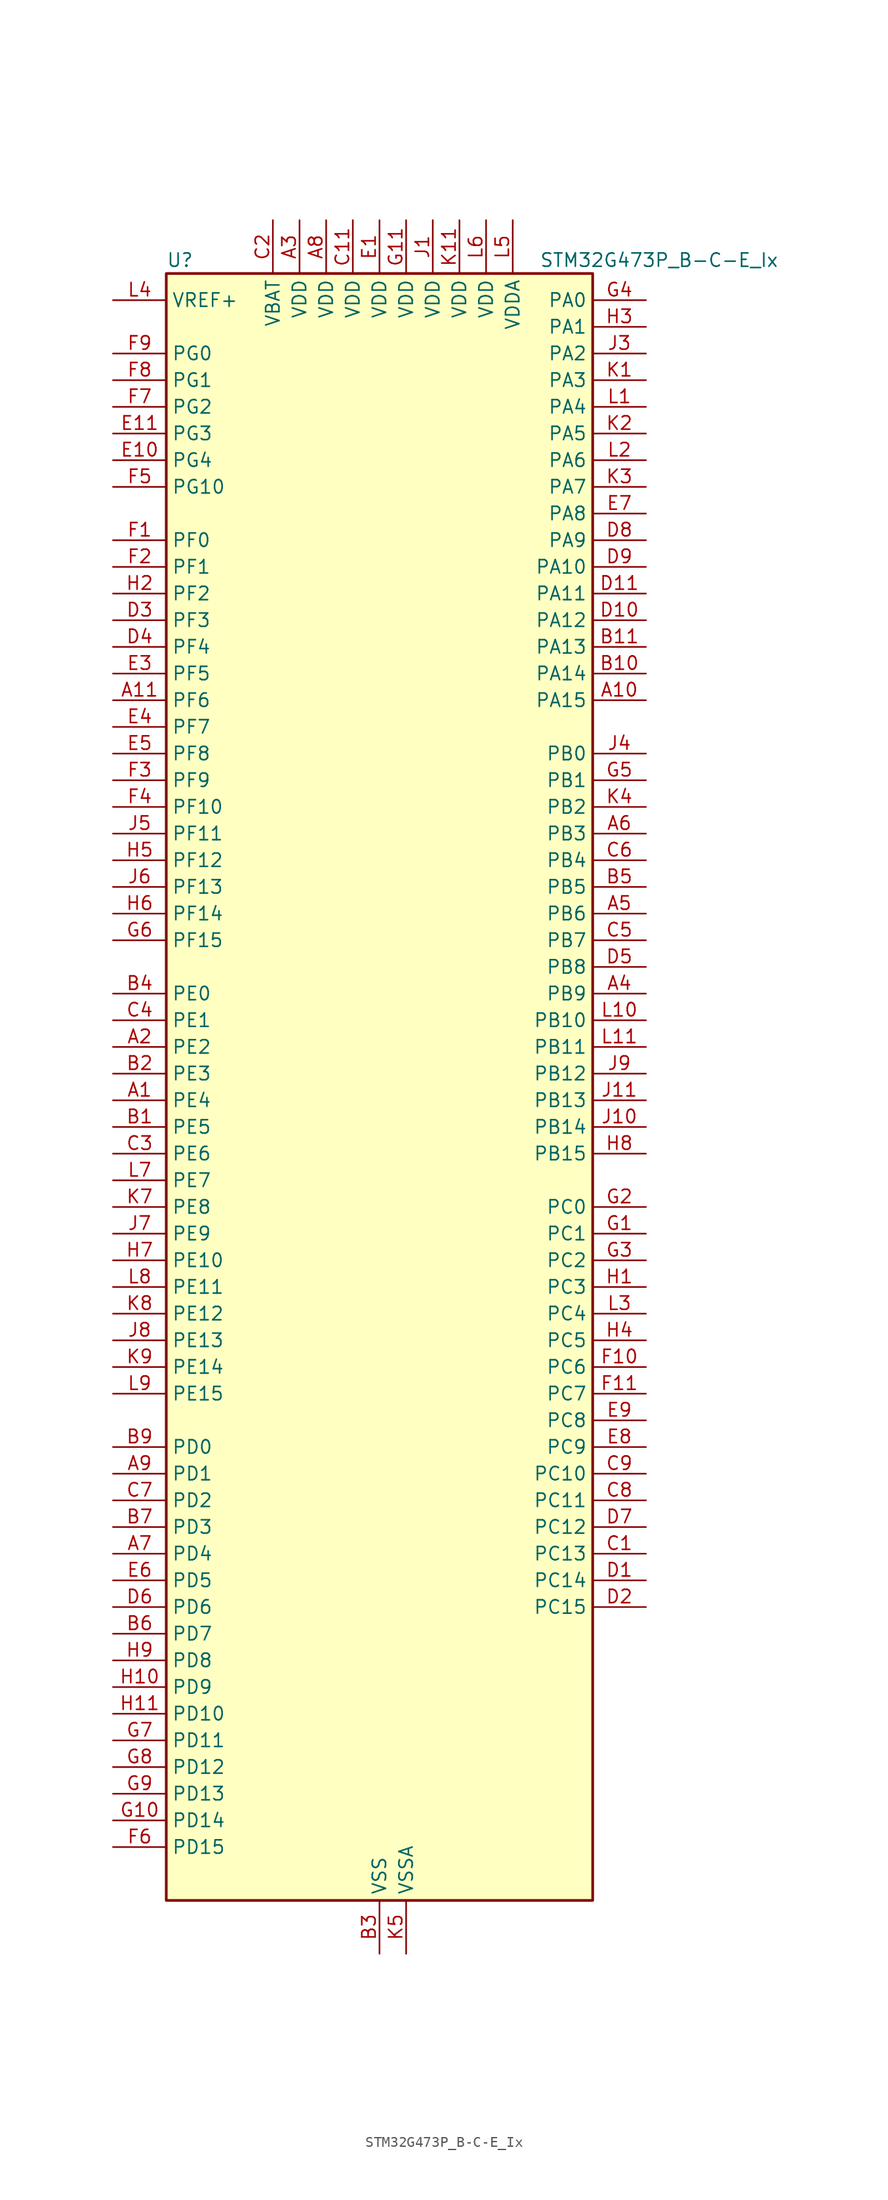
<source format=kicad_sym>
(kicad_symbol_lib
  (version 20231120)
  (generator "kicad_symbol_editor")
  (generator_version "8.0")
  (symbol "STM32G473P_B-C-E_Ix"
    (property "Reference" "U"
      (at -20.32 80.01 0)
      (effects (font (size 1.27 1.27)) (justify left)))
    (property "Value" "STM32G473P_B-C-E_Ix"
      (at 15.24 80.01 0)
      (effects (font (size 1.27 1.27)) (justify left)))
    (property "ki_locked" ""
      (at 0 0 0)
      (effects (font (size 1.27 1.27))))
    (symbol "STM32G473P_B-C-E_Ix_0_1"
      (rectangle (start -20.32 -76.2) (end 20.32 78.74) (stroke (width 0.254) (type default)) (fill (type background))))
    (symbol "STM32G473P_B-C-E_Ix_1_1"
      (pin bidirectional line (at -25.4 0 0) (length 5.08) (name "PE4" (effects (font (size 1.27 1.27)))) (number "A1" (effects (font (size 1.27 1.27)))) (alternate "FMC_A20" bidirectional line) (alternate "SAI1_D2" bidirectional line) (alternate "SAI1_FS_A" bidirectional line) (alternate "SPI4_NSS" bidirectional line) (alternate "SYS_TRACED1" bidirectional line) (alternate "TIM20_CH1N" bidirectional line) (alternate "TIM3_CH3" bidirectional line))
      (pin bidirectional line (at 25.4 38.1 180) (length 5.08) (name "PA15" (effects (font (size 1.27 1.27)))) (number "A10" (effects (font (size 1.27 1.27)))) (alternate "ADC1_EXTI15" bidirectional line) (alternate "ADC2_EXTI15" bidirectional line) (alternate "FDCAN3_TX" bidirectional line) (alternate "I2C1_SCL" bidirectional line) (alternate "I2S3_WS" bidirectional line) (alternate "SPI1_NSS" bidirectional line) (alternate "SPI3_NSS" bidirectional line) (alternate "SYS_JTDI" bidirectional line) (alternate "TIM1_BKIN" bidirectional line) (alternate "TIM2_CH1" bidirectional line) (alternate "TIM2_ETR" bidirectional line) (alternate "TIM8_CH1" bidirectional line) (alternate "UART4_DE" bidirectional line) (alternate "UART4_RTS" bidirectional line) (alternate "USART2_RX" bidirectional line))
      (pin bidirectional line (at -25.4 38.1 0) (length 5.08) (name "PF6" (effects (font (size 1.27 1.27)))) (number "A11" (effects (font (size 1.27 1.27)))) (alternate "I2C2_SCL" bidirectional line) (alternate "QUADSPI1_BK1_IO3" bidirectional line) (alternate "SAI1_SD_B" bidirectional line) (alternate "TIM4_CH4" bidirectional line) (alternate "TIM5_CH1" bidirectional line) (alternate "TIM5_ETR" bidirectional line) (alternate "USART3_RTS" bidirectional line))
      (pin bidirectional line (at -25.4 5.08 0) (length 5.08) (name "PE2" (effects (font (size 1.27 1.27)))) (number "A2" (effects (font (size 1.27 1.27)))) (alternate "ADC3_EXTI2" bidirectional line) (alternate "ADC4_EXTI2" bidirectional line) (alternate "ADC5_EXTI2" bidirectional line) (alternate "FMC_A23" bidirectional line) (alternate "SAI1_CK1" bidirectional line) (alternate "SAI1_MCLK_A" bidirectional line) (alternate "SPI4_SCK" bidirectional line) (alternate "SYS_TRACECLK" bidirectional line) (alternate "TIM20_CH1" bidirectional line) (alternate "TIM3_CH1" bidirectional line))
      (pin power_in line (at -7.62 83.82 270) (length 5.08) (name "VDD" (effects (font (size 1.27 1.27)))) (number "A3" (effects (font (size 1.27 1.27)))))
      (pin bidirectional line (at 25.4 10.16 180) (length 5.08) (name "PB9" (effects (font (size 1.27 1.27)))) (number "A4" (effects (font (size 1.27 1.27)))) (alternate "COMP2_OUT" bidirectional line) (alternate "DAC1_EXTI9" bidirectional line) (alternate "DAC2_EXTI9" bidirectional line) (alternate "DAC3_EXTI9" bidirectional line) (alternate "DAC4_EXTI9" bidirectional line) (alternate "FDCAN1_TX" bidirectional line) (alternate "I2C1_SDA" bidirectional line) (alternate "IR_OUT" bidirectional line) (alternate "SAI1_D2" bidirectional line) (alternate "SAI1_FS_A" bidirectional line) (alternate "TIM17_CH1" bidirectional line) (alternate "TIM1_CH3N" bidirectional line) (alternate "TIM4_CH4" bidirectional line) (alternate "TIM8_CH3" bidirectional line) (alternate "USART3_TX" bidirectional line))
      (pin bidirectional line (at 25.4 17.78 180) (length 5.08) (name "PB6" (effects (font (size 1.27 1.27)))) (number "A5" (effects (font (size 1.27 1.27)))) (alternate "COMP4_OUT" bidirectional line) (alternate "FDCAN2_TX" bidirectional line) (alternate "LPTIM1_ETR" bidirectional line) (alternate "SAI1_FS_B" bidirectional line) (alternate "TIM16_CH1N" bidirectional line) (alternate "TIM4_CH1" bidirectional line) (alternate "TIM8_BKIN2" bidirectional line) (alternate "TIM8_CH1" bidirectional line) (alternate "TIM8_ETR" bidirectional line) (alternate "UCPD1_CC1" bidirectional line) (alternate "USART1_TX" bidirectional line))
      (pin bidirectional line (at 25.4 25.4 180) (length 5.08) (name "PB3" (effects (font (size 1.27 1.27)))) (number "A6" (effects (font (size 1.27 1.27)))) (alternate "ADC3_EXTI3" bidirectional line) (alternate "ADC4_EXTI3" bidirectional line) (alternate "ADC5_EXTI3" bidirectional line) (alternate "CRS_SYNC" bidirectional line) (alternate "FDCAN3_RX" bidirectional line) (alternate "I2S3_CK" bidirectional line) (alternate "SAI1_SCK_B" bidirectional line) (alternate "SPI1_SCK" bidirectional line) (alternate "SPI3_SCK" bidirectional line) (alternate "SYS_JTDO-SWO" bidirectional line) (alternate "TIM2_CH2" bidirectional line) (alternate "TIM3_ETR" bidirectional line) (alternate "TIM4_ETR" bidirectional line) (alternate "TIM8_CH1N" bidirectional line) (alternate "USART2_TX" bidirectional line))
      (pin bidirectional line (at -25.4 -43.18 0) (length 5.08) (name "PD4" (effects (font (size 1.27 1.27)))) (number "A7" (effects (font (size 1.27 1.27)))) (alternate "FMC_NOE" bidirectional line) (alternate "QUADSPI1_BK2_IO0" bidirectional line) (alternate "TIM2_CH2" bidirectional line) (alternate "USART2_DE" bidirectional line) (alternate "USART2_RTS" bidirectional line))
      (pin power_in line (at -5.08 83.82 270) (length 5.08) (name "VDD" (effects (font (size 1.27 1.27)))) (number "A8" (effects (font (size 1.27 1.27)))))
      (pin bidirectional line (at -25.4 -35.56 0) (length 5.08) (name "PD1" (effects (font (size 1.27 1.27)))) (number "A9" (effects (font (size 1.27 1.27)))) (alternate "FDCAN1_TX" bidirectional line) (alternate "FMC_D3" bidirectional line) (alternate "FMC_DA3" bidirectional line) (alternate "TIM8_BKIN2" bidirectional line) (alternate "TIM8_CH4" bidirectional line))
      (pin bidirectional line (at -25.4 -2.54 0) (length 5.08) (name "PE5" (effects (font (size 1.27 1.27)))) (number "B1" (effects (font (size 1.27 1.27)))) (alternate "FMC_A21" bidirectional line) (alternate "SAI1_CK2" bidirectional line) (alternate "SAI1_SCK_A" bidirectional line) (alternate "SPI4_MISO" bidirectional line) (alternate "SYS_TRACED2" bidirectional line) (alternate "TIM20_CH2N" bidirectional line) (alternate "TIM3_CH4" bidirectional line))
      (pin bidirectional line (at 25.4 40.64 180) (length 5.08) (name "PA14" (effects (font (size 1.27 1.27)))) (number "B10" (effects (font (size 1.27 1.27)))) (alternate "I2C1_SDA" bidirectional line) (alternate "I2C4_SMBA" bidirectional line) (alternate "LPTIM1_OUT" bidirectional line) (alternate "SAI1_FS_B" bidirectional line) (alternate "SYS_JTCK-SWCLK" bidirectional line) (alternate "TIM1_BKIN" bidirectional line) (alternate "TIM8_CH2" bidirectional line) (alternate "USART2_TX" bidirectional line))
      (pin bidirectional line (at 25.4 43.18 180) (length 5.08) (name "PA13" (effects (font (size 1.27 1.27)))) (number "B11" (effects (font (size 1.27 1.27)))) (alternate "I2C1_SCL" bidirectional line) (alternate "I2C4_SCL" bidirectional line) (alternate "IR_OUT" bidirectional line) (alternate "SAI1_SD_B" bidirectional line) (alternate "SYS_JTMS-SWDIO" bidirectional line) (alternate "TIM16_CH1N" bidirectional line) (alternate "TIM4_CH3" bidirectional line) (alternate "USART3_CTS" bidirectional line) (alternate "USART3_NSS" bidirectional line))
      (pin bidirectional line (at -25.4 2.54 0) (length 5.08) (name "PE3" (effects (font (size 1.27 1.27)))) (number "B2" (effects (font (size 1.27 1.27)))) (alternate "ADC3_EXTI3" bidirectional line) (alternate "ADC4_EXTI3" bidirectional line) (alternate "ADC5_EXTI3" bidirectional line) (alternate "FMC_A19" bidirectional line) (alternate "SAI1_SD_B" bidirectional line) (alternate "SPI4_NSS" bidirectional line) (alternate "SYS_TRACED0" bidirectional line) (alternate "TIM20_CH2" bidirectional line) (alternate "TIM3_CH2" bidirectional line))
      (pin power_in line (at 0 -81.28 90) (length 5.08) (name "VSS" (effects (font (size 1.27 1.27)))) (number "B3" (effects (font (size 1.27 1.27)))))
      (pin bidirectional line (at -25.4 10.16 0) (length 5.08) (name "PE0" (effects (font (size 1.27 1.27)))) (number "B4" (effects (font (size 1.27 1.27)))) (alternate "FMC_NBL0" bidirectional line) (alternate "TIM16_CH1" bidirectional line) (alternate "TIM20_CH4N" bidirectional line) (alternate "TIM20_ETR" bidirectional line) (alternate "TIM4_ETR" bidirectional line) (alternate "USART1_TX" bidirectional line))
      (pin bidirectional line (at 25.4 20.32 180) (length 5.08) (name "PB5" (effects (font (size 1.27 1.27)))) (number "B5" (effects (font (size 1.27 1.27)))) (alternate "FDCAN2_RX" bidirectional line) (alternate "I2C1_SMBA" bidirectional line) (alternate "I2C3_SDA" bidirectional line) (alternate "I2S3_SD" bidirectional line) (alternate "LPTIM1_IN1" bidirectional line) (alternate "SAI1_SD_B" bidirectional line) (alternate "SPI1_MOSI" bidirectional line) (alternate "SPI3_MOSI" bidirectional line) (alternate "TIM16_BKIN" bidirectional line) (alternate "TIM17_CH1" bidirectional line) (alternate "TIM3_CH2" bidirectional line) (alternate "TIM8_CH3N" bidirectional line) (alternate "UART5_CTS" bidirectional line) (alternate "USART2_CK" bidirectional line))
      (pin bidirectional line (at -25.4 -50.8 0) (length 5.08) (name "PD7" (effects (font (size 1.27 1.27)))) (number "B6" (effects (font (size 1.27 1.27)))) (alternate "FMC_NCE" bidirectional line) (alternate "FMC_NE1" bidirectional line) (alternate "QUADSPI1_BK2_IO3" bidirectional line) (alternate "TIM2_CH3" bidirectional line) (alternate "USART2_CK" bidirectional line))
      (pin bidirectional line (at -25.4 -40.64 0) (length 5.08) (name "PD3" (effects (font (size 1.27 1.27)))) (number "B7" (effects (font (size 1.27 1.27)))) (alternate "ADC3_EXTI3" bidirectional line) (alternate "ADC4_EXTI3" bidirectional line) (alternate "ADC5_EXTI3" bidirectional line) (alternate "FMC_CLK" bidirectional line) (alternate "QUADSPI1_BK2_NCS" bidirectional line) (alternate "TIM2_CH1" bidirectional line) (alternate "TIM2_ETR" bidirectional line) (alternate "USART2_CTS" bidirectional line) (alternate "USART2_NSS" bidirectional line))
      (pin passive line (at 0 -81.28 90) (length 5.08) hide (name "VSS" (effects (font (size 1.27 1.27)))) (number "B8" (effects (font (size 1.27 1.27)))))
      (pin bidirectional line (at -25.4 -33.02 0) (length 5.08) (name "PD0" (effects (font (size 1.27 1.27)))) (number "B9" (effects (font (size 1.27 1.27)))) (alternate "FDCAN1_RX" bidirectional line) (alternate "FMC_D2" bidirectional line) (alternate "FMC_DA2" bidirectional line) (alternate "TIM8_CH4N" bidirectional line))
      (pin bidirectional line (at 25.4 -43.18 180) (length 5.08) (name "PC13" (effects (font (size 1.27 1.27)))) (number "C1" (effects (font (size 1.27 1.27)))) (alternate "RTC_OUT1" bidirectional line) (alternate "RTC_TAMP1" bidirectional line) (alternate "RTC_TS" bidirectional line) (alternate "SYS_WKUP2" bidirectional line) (alternate "TIM1_BKIN" bidirectional line) (alternate "TIM1_CH1N" bidirectional line) (alternate "TIM8_CH4N" bidirectional line))
      (pin passive line (at 0 -81.28 90) (length 5.08) hide (name "VSS" (effects (font (size 1.27 1.27)))) (number "C10" (effects (font (size 1.27 1.27)))))
      (pin power_in line (at -2.54 83.82 270) (length 5.08) (name "VDD" (effects (font (size 1.27 1.27)))) (number "C11" (effects (font (size 1.27 1.27)))))
      (pin power_in line (at -10.16 83.82 270) (length 5.08) (name "VBAT" (effects (font (size 1.27 1.27)))) (number "C2" (effects (font (size 1.27 1.27)))))
      (pin bidirectional line (at -25.4 -5.08 0) (length 5.08) (name "PE6" (effects (font (size 1.27 1.27)))) (number "C3" (effects (font (size 1.27 1.27)))) (alternate "FMC_A22" bidirectional line) (alternate "RTC_TAMP3" bidirectional line) (alternate "SAI1_D1" bidirectional line) (alternate "SAI1_SD_A" bidirectional line) (alternate "SPI4_MOSI" bidirectional line) (alternate "SYS_TRACED3" bidirectional line) (alternate "SYS_WKUP3" bidirectional line) (alternate "TIM20_CH3N" bidirectional line))
      (pin bidirectional line (at -25.4 7.62 0) (length 5.08) (name "PE1" (effects (font (size 1.27 1.27)))) (number "C4" (effects (font (size 1.27 1.27)))) (alternate "FMC_NBL1" bidirectional line) (alternate "TIM17_CH1" bidirectional line) (alternate "TIM20_CH4" bidirectional line) (alternate "USART1_RX" bidirectional line))
      (pin bidirectional line (at 25.4 15.24 180) (length 5.08) (name "PB7" (effects (font (size 1.27 1.27)))) (number "C5" (effects (font (size 1.27 1.27)))) (alternate "COMP3_OUT" bidirectional line) (alternate "FMC_NL" bidirectional line) (alternate "I2C1_SDA" bidirectional line) (alternate "I2C4_SDA" bidirectional line) (alternate "LPTIM1_IN2" bidirectional line) (alternate "SYS_PVD_IN" bidirectional line) (alternate "TIM17_CH1N" bidirectional line) (alternate "TIM3_CH4" bidirectional line) (alternate "TIM4_CH2" bidirectional line) (alternate "TIM8_BKIN" bidirectional line) (alternate "UART4_CTS" bidirectional line) (alternate "USART1_RX" bidirectional line))
      (pin bidirectional line (at 25.4 22.86 180) (length 5.08) (name "PB4" (effects (font (size 1.27 1.27)))) (number "C6" (effects (font (size 1.27 1.27)))) (alternate "FDCAN3_TX" bidirectional line) (alternate "SAI1_MCLK_B" bidirectional line) (alternate "SPI1_MISO" bidirectional line) (alternate "SPI3_MISO" bidirectional line) (alternate "SYS_JTRST" bidirectional line) (alternate "TIM16_CH1" bidirectional line) (alternate "TIM17_BKIN" bidirectional line) (alternate "TIM3_CH1" bidirectional line) (alternate "TIM8_CH2N" bidirectional line) (alternate "UART5_DE" bidirectional line) (alternate "UART5_RTS" bidirectional line) (alternate "UCPD1_CC2" bidirectional line) (alternate "USART2_RX" bidirectional line))
      (pin bidirectional line (at -25.4 -38.1 0) (length 5.08) (name "PD2" (effects (font (size 1.27 1.27)))) (number "C7" (effects (font (size 1.27 1.27)))) (alternate "ADC3_EXTI2" bidirectional line) (alternate "ADC4_EXTI2" bidirectional line) (alternate "ADC5_EXTI2" bidirectional line) (alternate "TIM3_ETR" bidirectional line) (alternate "TIM8_BKIN" bidirectional line) (alternate "UART5_RX" bidirectional line))
      (pin bidirectional line (at 25.4 -38.1 180) (length 5.08) (name "PC11" (effects (font (size 1.27 1.27)))) (number "C8" (effects (font (size 1.27 1.27)))) (alternate "ADC1_EXTI11" bidirectional line) (alternate "ADC2_EXTI11" bidirectional line) (alternate "I2C3_SDA" bidirectional line) (alternate "SPI3_MISO" bidirectional line) (alternate "TIM8_CH2N" bidirectional line) (alternate "UART4_RX" bidirectional line) (alternate "USART3_RX" bidirectional line))
      (pin bidirectional line (at 25.4 -35.56 180) (length 5.08) (name "PC10" (effects (font (size 1.27 1.27)))) (number "C9" (effects (font (size 1.27 1.27)))) (alternate "DAC1_EXTI10" bidirectional line) (alternate "DAC2_EXTI10" bidirectional line) (alternate "DAC3_EXTI10" bidirectional line) (alternate "DAC4_EXTI10" bidirectional line) (alternate "I2S3_CK" bidirectional line) (alternate "SPI3_SCK" bidirectional line) (alternate "TIM8_CH1N" bidirectional line) (alternate "UART4_TX" bidirectional line) (alternate "USART3_TX" bidirectional line))
      (pin bidirectional line (at 25.4 -45.72 180) (length 5.08) (name "PC14" (effects (font (size 1.27 1.27)))) (number "D1" (effects (font (size 1.27 1.27)))) (alternate "RCC_OSC32_IN" bidirectional line))
      (pin bidirectional line (at 25.4 45.72 180) (length 5.08) (name "PA12" (effects (font (size 1.27 1.27)))) (number "D10" (effects (font (size 1.27 1.27)))) (alternate "COMP2_OUT" bidirectional line) (alternate "FDCAN1_TX" bidirectional line) (alternate "I2S_CKIN" bidirectional line) (alternate "TIM16_CH1" bidirectional line) (alternate "TIM1_CH2N" bidirectional line) (alternate "TIM1_ETR" bidirectional line) (alternate "TIM4_CH2" bidirectional line) (alternate "USART1_DE" bidirectional line) (alternate "USART1_RTS" bidirectional line) (alternate "USB_DP" bidirectional line))
      (pin bidirectional line (at 25.4 48.26 180) (length 5.08) (name "PA11" (effects (font (size 1.27 1.27)))) (number "D11" (effects (font (size 1.27 1.27)))) (alternate "ADC1_EXTI11" bidirectional line) (alternate "ADC2_EXTI11" bidirectional line) (alternate "COMP1_OUT" bidirectional line) (alternate "FDCAN1_RX" bidirectional line) (alternate "I2S2_SD" bidirectional line) (alternate "SPI2_MOSI" bidirectional line) (alternate "TIM1_BKIN2" bidirectional line) (alternate "TIM1_CH1N" bidirectional line) (alternate "TIM1_CH4" bidirectional line) (alternate "TIM4_CH1" bidirectional line) (alternate "USART1_CTS" bidirectional line) (alternate "USART1_NSS" bidirectional line) (alternate "USB_DM" bidirectional line))
      (pin bidirectional line (at 25.4 -48.26 180) (length 5.08) (name "PC15" (effects (font (size 1.27 1.27)))) (number "D2" (effects (font (size 1.27 1.27)))) (alternate "ADC1_EXTI15" bidirectional line) (alternate "ADC2_EXTI15" bidirectional line) (alternate "RCC_OSC32_OUT" bidirectional line))
      (pin bidirectional line (at -25.4 45.72 0) (length 5.08) (name "PF3" (effects (font (size 1.27 1.27)))) (number "D3" (effects (font (size 1.27 1.27)))) (alternate "ADC3_EXTI3" bidirectional line) (alternate "ADC4_EXTI3" bidirectional line) (alternate "ADC5_EXTI3" bidirectional line) (alternate "FMC_A3" bidirectional line) (alternate "I2C3_SCL" bidirectional line) (alternate "TIM20_CH4" bidirectional line))
      (pin bidirectional line (at -25.4 43.18 0) (length 5.08) (name "PF4" (effects (font (size 1.27 1.27)))) (number "D4" (effects (font (size 1.27 1.27)))) (alternate "COMP1_OUT" bidirectional line) (alternate "FMC_A4" bidirectional line) (alternate "I2C3_SDA" bidirectional line) (alternate "TIM20_CH1N" bidirectional line))
      (pin bidirectional line (at 25.4 12.7 180) (length 5.08) (name "PB8" (effects (font (size 1.27 1.27)))) (number "D5" (effects (font (size 1.27 1.27)))) (alternate "COMP1_OUT" bidirectional line) (alternate "FDCAN1_RX" bidirectional line) (alternate "I2C1_SCL" bidirectional line) (alternate "SAI1_CK1" bidirectional line) (alternate "SAI1_MCLK_A" bidirectional line) (alternate "TIM16_CH1" bidirectional line) (alternate "TIM1_BKIN" bidirectional line) (alternate "TIM4_CH3" bidirectional line) (alternate "TIM8_CH2" bidirectional line) (alternate "USART3_RX" bidirectional line))
      (pin bidirectional line (at -25.4 -48.26 0) (length 5.08) (name "PD6" (effects (font (size 1.27 1.27)))) (number "D6" (effects (font (size 1.27 1.27)))) (alternate "FMC_NWAIT" bidirectional line) (alternate "QUADSPI1_BK2_IO2" bidirectional line) (alternate "SAI1_D1" bidirectional line) (alternate "SAI1_SD_A" bidirectional line) (alternate "TIM2_CH4" bidirectional line) (alternate "USART2_RX" bidirectional line))
      (pin bidirectional line (at 25.4 -40.64 180) (length 5.08) (name "PC12" (effects (font (size 1.27 1.27)))) (number "D7" (effects (font (size 1.27 1.27)))) (alternate "I2S3_SD" bidirectional line) (alternate "SPI3_MOSI" bidirectional line) (alternate "TIM5_CH2" bidirectional line) (alternate "TIM8_CH3N" bidirectional line) (alternate "UART5_TX" bidirectional line) (alternate "UCPD1_FRSTX1" bidirectional line) (alternate "UCPD1_FRSTX2" bidirectional line) (alternate "USART3_CK" bidirectional line))
      (pin bidirectional line (at 25.4 53.34 180) (length 5.08) (name "PA9" (effects (font (size 1.27 1.27)))) (number "D8" (effects (font (size 1.27 1.27)))) (alternate "ADC5_IN2" bidirectional line) (alternate "COMP5_OUT" bidirectional line) (alternate "DAC1_EXTI9" bidirectional line) (alternate "DAC2_EXTI9" bidirectional line) (alternate "DAC3_EXTI9" bidirectional line) (alternate "DAC4_EXTI9" bidirectional line) (alternate "I2C2_SCL" bidirectional line) (alternate "I2C3_SMBA" bidirectional line) (alternate "I2S3_MCK" bidirectional line) (alternate "SAI1_FS_A" bidirectional line) (alternate "TIM15_BKIN" bidirectional line) (alternate "TIM1_CH2" bidirectional line) (alternate "TIM2_CH3" bidirectional line) (alternate "UCPD1_DBCC1" bidirectional line) (alternate "USART1_TX" bidirectional line))
      (pin bidirectional line (at 25.4 50.8 180) (length 5.08) (name "PA10" (effects (font (size 1.27 1.27)))) (number "D9" (effects (font (size 1.27 1.27)))) (alternate "COMP6_OUT" bidirectional line) (alternate "CRS_SYNC" bidirectional line) (alternate "DAC1_EXTI10" bidirectional line) (alternate "DAC2_EXTI10" bidirectional line) (alternate "DAC3_EXTI10" bidirectional line) (alternate "DAC4_EXTI10" bidirectional line) (alternate "I2C2_SMBA" bidirectional line) (alternate "SAI1_D1" bidirectional line) (alternate "SAI1_SD_A" bidirectional line) (alternate "SPI2_MISO" bidirectional line) (alternate "TIM17_BKIN" bidirectional line) (alternate "TIM1_CH3" bidirectional line) (alternate "TIM2_CH4" bidirectional line) (alternate "TIM8_BKIN" bidirectional line) (alternate "UCPD1_DBCC2" bidirectional line) (alternate "USART1_RX" bidirectional line))
      (pin power_in line (at 0 83.82 270) (length 5.08) (name "VDD" (effects (font (size 1.27 1.27)))) (number "E1" (effects (font (size 1.27 1.27)))))
      (pin bidirectional line (at -25.4 60.96 0) (length 5.08) (name "PG4" (effects (font (size 1.27 1.27)))) (number "E10" (effects (font (size 1.27 1.27)))) (alternate "FMC_A14" bidirectional line) (alternate "I2C4_SDA" bidirectional line) (alternate "SPI1_MOSI" bidirectional line) (alternate "TIM20_BKIN2" bidirectional line))
      (pin bidirectional line (at -25.4 63.5 0) (length 5.08) (name "PG3" (effects (font (size 1.27 1.27)))) (number "E11" (effects (font (size 1.27 1.27)))) (alternate "ADC3_EXTI3" bidirectional line) (alternate "ADC4_EXTI3" bidirectional line) (alternate "ADC5_EXTI3" bidirectional line) (alternate "FMC_A13" bidirectional line) (alternate "I2C4_SCL" bidirectional line) (alternate "SPI1_MISO" bidirectional line) (alternate "TIM20_BKIN" bidirectional line) (alternate "TIM20_CH4N" bidirectional line))
      (pin passive line (at 0 -81.28 90) (length 5.08) hide (name "VSS" (effects (font (size 1.27 1.27)))) (number "E2" (effects (font (size 1.27 1.27)))))
      (pin bidirectional line (at -25.4 40.64 0) (length 5.08) (name "PF5" (effects (font (size 1.27 1.27)))) (number "E3" (effects (font (size 1.27 1.27)))) (alternate "FMC_A5" bidirectional line) (alternate "TIM20_CH2N" bidirectional line))
      (pin bidirectional line (at -25.4 35.56 0) (length 5.08) (name "PF7" (effects (font (size 1.27 1.27)))) (number "E4" (effects (font (size 1.27 1.27)))) (alternate "FMC_A1" bidirectional line) (alternate "QUADSPI1_BK1_IO2" bidirectional line) (alternate "SAI1_MCLK_B" bidirectional line) (alternate "TIM20_BKIN" bidirectional line) (alternate "TIM5_CH2" bidirectional line))
      (pin bidirectional line (at -25.4 33.02 0) (length 5.08) (name "PF8" (effects (font (size 1.27 1.27)))) (number "E5" (effects (font (size 1.27 1.27)))) (alternate "FMC_A24" bidirectional line) (alternate "QUADSPI1_BK1_IO0" bidirectional line) (alternate "SAI1_SCK_B" bidirectional line) (alternate "TIM20_BKIN2" bidirectional line) (alternate "TIM5_CH3" bidirectional line))
      (pin bidirectional line (at -25.4 -45.72 0) (length 5.08) (name "PD5" (effects (font (size 1.27 1.27)))) (number "E6" (effects (font (size 1.27 1.27)))) (alternate "FMC_NWE" bidirectional line) (alternate "QUADSPI1_BK2_IO1" bidirectional line) (alternate "USART2_TX" bidirectional line))
      (pin bidirectional line (at 25.4 55.88 180) (length 5.08) (name "PA8" (effects (font (size 1.27 1.27)))) (number "E7" (effects (font (size 1.27 1.27)))) (alternate "ADC5_IN1" bidirectional line) (alternate "COMP7_OUT" bidirectional line) (alternate "FDCAN3_RX" bidirectional line) (alternate "I2C2_SDA" bidirectional line) (alternate "I2C3_SCL" bidirectional line) (alternate "I2S2_MCK" bidirectional line) (alternate "OPAMP5_VOUT" bidirectional line) (alternate "RCC_MCO" bidirectional line) (alternate "SAI1_CK2" bidirectional line) (alternate "SAI1_SCK_A" bidirectional line) (alternate "TIM1_CH1" bidirectional line) (alternate "TIM4_ETR" bidirectional line) (alternate "USART1_CK" bidirectional line))
      (pin bidirectional line (at 25.4 -33.02 180) (length 5.08) (name "PC9" (effects (font (size 1.27 1.27)))) (number "E8" (effects (font (size 1.27 1.27)))) (alternate "DAC1_EXTI9" bidirectional line) (alternate "DAC2_EXTI9" bidirectional line) (alternate "DAC3_EXTI9" bidirectional line) (alternate "DAC4_EXTI9" bidirectional line) (alternate "I2C3_SDA" bidirectional line) (alternate "I2S_CKIN" bidirectional line) (alternate "TIM3_CH4" bidirectional line) (alternate "TIM8_BKIN2" bidirectional line) (alternate "TIM8_CH4" bidirectional line))
      (pin bidirectional line (at 25.4 -30.48 180) (length 5.08) (name "PC8" (effects (font (size 1.27 1.27)))) (number "E9" (effects (font (size 1.27 1.27)))) (alternate "COMP7_OUT" bidirectional line) (alternate "I2C3_SCL" bidirectional line) (alternate "TIM20_CH3" bidirectional line) (alternate "TIM3_CH3" bidirectional line) (alternate "TIM8_CH3" bidirectional line))
      (pin bidirectional line (at -25.4 53.34 0) (length 5.08) (name "PF0" (effects (font (size 1.27 1.27)))) (number "F1" (effects (font (size 1.27 1.27)))) (alternate "ADC1_IN10" bidirectional line) (alternate "I2C2_SDA" bidirectional line) (alternate "I2S2_WS" bidirectional line) (alternate "RCC_OSC_IN" bidirectional line) (alternate "SPI2_NSS" bidirectional line) (alternate "TIM1_CH3N" bidirectional line))
      (pin bidirectional line (at 25.4 -25.4 180) (length 5.08) (name "PC6" (effects (font (size 1.27 1.27)))) (number "F10" (effects (font (size 1.27 1.27)))) (alternate "COMP6_OUT" bidirectional line) (alternate "I2C4_SCL" bidirectional line) (alternate "I2S2_MCK" bidirectional line) (alternate "TIM3_CH1" bidirectional line) (alternate "TIM8_CH1" bidirectional line))
      (pin bidirectional line (at 25.4 -27.94 180) (length 5.08) (name "PC7" (effects (font (size 1.27 1.27)))) (number "F11" (effects (font (size 1.27 1.27)))) (alternate "COMP5_OUT" bidirectional line) (alternate "I2C4_SDA" bidirectional line) (alternate "I2S3_MCK" bidirectional line) (alternate "TIM3_CH2" bidirectional line) (alternate "TIM8_CH2" bidirectional line))
      (pin bidirectional line (at -25.4 50.8 0) (length 5.08) (name "PF1" (effects (font (size 1.27 1.27)))) (number "F2" (effects (font (size 1.27 1.27)))) (alternate "ADC2_IN10" bidirectional line) (alternate "COMP3_INM" bidirectional line) (alternate "I2S2_CK" bidirectional line) (alternate "RCC_OSC_OUT" bidirectional line) (alternate "SPI2_SCK" bidirectional line))
      (pin bidirectional line (at -25.4 30.48 0) (length 5.08) (name "PF9" (effects (font (size 1.27 1.27)))) (number "F3" (effects (font (size 1.27 1.27)))) (alternate "DAC1_EXTI9" bidirectional line) (alternate "DAC2_EXTI9" bidirectional line) (alternate "DAC3_EXTI9" bidirectional line) (alternate "DAC4_EXTI9" bidirectional line) (alternate "FMC_A25" bidirectional line) (alternate "QUADSPI1_BK1_IO1" bidirectional line) (alternate "SAI1_FS_B" bidirectional line) (alternate "SPI2_SCK" bidirectional line) (alternate "TIM15_CH1" bidirectional line) (alternate "TIM20_BKIN" bidirectional line) (alternate "TIM5_CH4" bidirectional line))
      (pin bidirectional line (at -25.4 27.94 0) (length 5.08) (name "PF10" (effects (font (size 1.27 1.27)))) (number "F4" (effects (font (size 1.27 1.27)))) (alternate "DAC1_EXTI10" bidirectional line) (alternate "DAC2_EXTI10" bidirectional line) (alternate "DAC3_EXTI10" bidirectional line) (alternate "DAC4_EXTI10" bidirectional line) (alternate "FMC_A0" bidirectional line) (alternate "QUADSPI1_CLK" bidirectional line) (alternate "SAI1_D3" bidirectional line) (alternate "SPI2_SCK" bidirectional line) (alternate "TIM15_CH2" bidirectional line) (alternate "TIM20_BKIN2" bidirectional line))
      (pin bidirectional line (at -25.4 58.42 0) (length 5.08) (name "PG10" (effects (font (size 1.27 1.27)))) (number "F5" (effects (font (size 1.27 1.27)))) (alternate "DAC1_EXTI10" bidirectional line) (alternate "DAC2_EXTI10" bidirectional line) (alternate "DAC3_EXTI10" bidirectional line) (alternate "DAC4_EXTI10" bidirectional line) (alternate "RCC_MCO" bidirectional line))
      (pin bidirectional line (at -25.4 -71.12 0) (length 5.08) (name "PD15" (effects (font (size 1.27 1.27)))) (number "F6" (effects (font (size 1.27 1.27)))) (alternate "ADC1_EXTI15" bidirectional line) (alternate "ADC2_EXTI15" bidirectional line) (alternate "COMP7_INM" bidirectional line) (alternate "FMC_D1" bidirectional line) (alternate "FMC_DA1" bidirectional line) (alternate "SPI2_NSS" bidirectional line) (alternate "TIM4_CH4" bidirectional line))
      (pin bidirectional line (at -25.4 66.04 0) (length 5.08) (name "PG2" (effects (font (size 1.27 1.27)))) (number "F7" (effects (font (size 1.27 1.27)))) (alternate "ADC3_EXTI2" bidirectional line) (alternate "ADC4_EXTI2" bidirectional line) (alternate "ADC5_EXTI2" bidirectional line) (alternate "FMC_A12" bidirectional line) (alternate "SPI1_SCK" bidirectional line) (alternate "TIM20_CH3N" bidirectional line))
      (pin bidirectional line (at -25.4 68.58 0) (length 5.08) (name "PG1" (effects (font (size 1.27 1.27)))) (number "F8" (effects (font (size 1.27 1.27)))) (alternate "FMC_A11" bidirectional line) (alternate "TIM20_CH2N" bidirectional line))
      (pin bidirectional line (at -25.4 71.12 0) (length 5.08) (name "PG0" (effects (font (size 1.27 1.27)))) (number "F9" (effects (font (size 1.27 1.27)))) (alternate "FMC_A10" bidirectional line) (alternate "TIM20_CH1N" bidirectional line))
      (pin bidirectional line (at 25.4 -12.7 180) (length 5.08) (name "PC1" (effects (font (size 1.27 1.27)))) (number "G1" (effects (font (size 1.27 1.27)))) (alternate "ADC1_IN7" bidirectional line) (alternate "ADC2_IN7" bidirectional line) (alternate "COMP3_INP" bidirectional line) (alternate "LPTIM1_OUT" bidirectional line) (alternate "LPUART1_TX" bidirectional line) (alternate "QUADSPI1_BK2_IO0" bidirectional line) (alternate "SAI1_SD_A" bidirectional line) (alternate "TIM1_CH2" bidirectional line))
      (pin bidirectional line (at -25.4 -68.58 0) (length 5.08) (name "PD14" (effects (font (size 1.27 1.27)))) (number "G10" (effects (font (size 1.27 1.27)))) (alternate "ADC3_IN11" bidirectional line) (alternate "ADC4_IN11" bidirectional line) (alternate "ADC5_IN11" bidirectional line) (alternate "COMP7_INP" bidirectional line) (alternate "FMC_D0" bidirectional line) (alternate "FMC_DA0" bidirectional line) (alternate "OPAMP2_VINP" bidirectional line) (alternate "OPAMP2_VINP_SEC" bidirectional line) (alternate "TIM4_CH3" bidirectional line))
      (pin power_in line (at 2.54 83.82 270) (length 5.08) (name "VDD" (effects (font (size 1.27 1.27)))) (number "G11" (effects (font (size 1.27 1.27)))))
      (pin bidirectional line (at 25.4 -10.16 180) (length 5.08) (name "PC0" (effects (font (size 1.27 1.27)))) (number "G2" (effects (font (size 1.27 1.27)))) (alternate "ADC1_IN6" bidirectional line) (alternate "ADC2_IN6" bidirectional line) (alternate "COMP3_INM" bidirectional line) (alternate "LPTIM1_IN1" bidirectional line) (alternate "LPUART1_RX" bidirectional line) (alternate "TIM1_CH1" bidirectional line))
      (pin bidirectional line (at 25.4 -15.24 180) (length 5.08) (name "PC2" (effects (font (size 1.27 1.27)))) (number "G3" (effects (font (size 1.27 1.27)))) (alternate "ADC1_IN8" bidirectional line) (alternate "ADC2_IN8" bidirectional line) (alternate "ADC3_EXTI2" bidirectional line) (alternate "ADC4_EXTI2" bidirectional line) (alternate "ADC5_EXTI2" bidirectional line) (alternate "COMP3_OUT" bidirectional line) (alternate "LPTIM1_IN2" bidirectional line) (alternate "QUADSPI1_BK2_IO1" bidirectional line) (alternate "TIM1_CH3" bidirectional line) (alternate "TIM20_CH2" bidirectional line))
      (pin bidirectional line (at 25.4 76.2 180) (length 5.08) (name "PA0" (effects (font (size 1.27 1.27)))) (number "G4" (effects (font (size 1.27 1.27)))) (alternate "ADC1_IN1" bidirectional line) (alternate "ADC2_IN1" bidirectional line) (alternate "COMP1_INM" bidirectional line) (alternate "COMP1_OUT" bidirectional line) (alternate "COMP3_INP" bidirectional line) (alternate "RTC_TAMP2" bidirectional line) (alternate "SYS_WKUP1" bidirectional line) (alternate "TIM2_CH1" bidirectional line) (alternate "TIM2_ETR" bidirectional line) (alternate "TIM5_CH1" bidirectional line) (alternate "TIM8_BKIN" bidirectional line) (alternate "TIM8_ETR" bidirectional line) (alternate "USART2_CTS" bidirectional line) (alternate "USART2_NSS" bidirectional line))
      (pin bidirectional line (at 25.4 30.48 180) (length 5.08) (name "PB1" (effects (font (size 1.27 1.27)))) (number "G5" (effects (font (size 1.27 1.27)))) (alternate "ADC1_IN12" bidirectional line) (alternate "ADC3_IN1" bidirectional line) (alternate "COMP1_INP" bidirectional line) (alternate "COMP4_OUT" bidirectional line) (alternate "LPUART1_DE" bidirectional line) (alternate "LPUART1_RTS" bidirectional line) (alternate "OPAMP3_VOUT" bidirectional line) (alternate "OPAMP6_VINM" bidirectional line) (alternate "OPAMP6_VINM1" bidirectional line) (alternate "OPAMP6_VINM_SEC" bidirectional line) (alternate "QUADSPI1_BK1_IO0" bidirectional line) (alternate "TIM1_CH3N" bidirectional line) (alternate "TIM3_CH4" bidirectional line) (alternate "TIM8_CH3N" bidirectional line))
      (pin bidirectional line (at -25.4 15.24 0) (length 5.08) (name "PF15" (effects (font (size 1.27 1.27)))) (number "G6" (effects (font (size 1.27 1.27)))) (alternate "ADC1_EXTI15" bidirectional line) (alternate "ADC2_EXTI15" bidirectional line) (alternate "FMC_A9" bidirectional line) (alternate "I2C4_SDA" bidirectional line) (alternate "TIM20_CH4" bidirectional line))
      (pin bidirectional line (at -25.4 -60.96 0) (length 5.08) (name "PD11" (effects (font (size 1.27 1.27)))) (number "G7" (effects (font (size 1.27 1.27)))) (alternate "ADC1_EXTI11" bidirectional line) (alternate "ADC2_EXTI11" bidirectional line) (alternate "ADC3_IN8" bidirectional line) (alternate "ADC4_IN8" bidirectional line) (alternate "ADC5_IN8" bidirectional line) (alternate "COMP6_INP" bidirectional line) (alternate "FMC_A16" bidirectional line) (alternate "FMC_CLE" bidirectional line) (alternate "I2C4_SMBA" bidirectional line) (alternate "OPAMP4_VINP" bidirectional line) (alternate "OPAMP4_VINP_SEC" bidirectional line) (alternate "TIM5_ETR" bidirectional line) (alternate "USART3_CTS" bidirectional line) (alternate "USART3_NSS" bidirectional line))
      (pin bidirectional line (at -25.4 -63.5 0) (length 5.08) (name "PD12" (effects (font (size 1.27 1.27)))) (number "G8" (effects (font (size 1.27 1.27)))) (alternate "ADC3_IN9" bidirectional line) (alternate "ADC4_IN9" bidirectional line) (alternate "ADC5_IN9" bidirectional line) (alternate "COMP5_INP" bidirectional line) (alternate "FMC_A17" bidirectional line) (alternate "FMC_ALE" bidirectional line) (alternate "OPAMP5_VINP" bidirectional line) (alternate "OPAMP5_VINP_SEC" bidirectional line) (alternate "TIM4_CH1" bidirectional line) (alternate "USART3_DE" bidirectional line) (alternate "USART3_RTS" bidirectional line))
      (pin bidirectional line (at -25.4 -66.04 0) (length 5.08) (name "PD13" (effects (font (size 1.27 1.27)))) (number "G9" (effects (font (size 1.27 1.27)))) (alternate "ADC3_IN10" bidirectional line) (alternate "ADC4_IN10" bidirectional line) (alternate "ADC5_IN10" bidirectional line) (alternate "COMP5_INM" bidirectional line) (alternate "FMC_A18" bidirectional line) (alternate "TIM4_CH2" bidirectional line))
      (pin bidirectional line (at 25.4 -17.78 180) (length 5.08) (name "PC3" (effects (font (size 1.27 1.27)))) (number "H1" (effects (font (size 1.27 1.27)))) (alternate "ADC1_IN9" bidirectional line) (alternate "ADC2_IN9" bidirectional line) (alternate "ADC3_EXTI3" bidirectional line) (alternate "ADC4_EXTI3" bidirectional line) (alternate "ADC5_EXTI3" bidirectional line) (alternate "LPTIM1_ETR" bidirectional line) (alternate "OPAMP5_VINP" bidirectional line) (alternate "OPAMP5_VINP_SEC" bidirectional line) (alternate "QUADSPI1_BK2_IO2" bidirectional line) (alternate "SAI1_D1" bidirectional line) (alternate "SAI1_SD_A" bidirectional line) (alternate "TIM1_BKIN2" bidirectional line) (alternate "TIM1_CH4" bidirectional line))
      (pin bidirectional line (at -25.4 -55.88 0) (length 5.08) (name "PD9" (effects (font (size 1.27 1.27)))) (number "H10" (effects (font (size 1.27 1.27)))) (alternate "ADC4_IN13" bidirectional line) (alternate "ADC5_IN13" bidirectional line) (alternate "DAC1_EXTI9" bidirectional line) (alternate "DAC2_EXTI9" bidirectional line) (alternate "DAC3_EXTI9" bidirectional line) (alternate "DAC4_EXTI9" bidirectional line) (alternate "FMC_D14" bidirectional line) (alternate "FMC_DA14" bidirectional line) (alternate "OPAMP6_VINP" bidirectional line) (alternate "OPAMP6_VINP_SEC" bidirectional line) (alternate "USART3_RX" bidirectional line))
      (pin bidirectional line (at -25.4 -58.42 0) (length 5.08) (name "PD10" (effects (font (size 1.27 1.27)))) (number "H11" (effects (font (size 1.27 1.27)))) (alternate "ADC3_IN7" bidirectional line) (alternate "ADC4_IN7" bidirectional line) (alternate "ADC5_IN7" bidirectional line) (alternate "COMP6_INM" bidirectional line) (alternate "DAC1_EXTI10" bidirectional line) (alternate "DAC2_EXTI10" bidirectional line) (alternate "DAC3_EXTI10" bidirectional line) (alternate "DAC4_EXTI10" bidirectional line) (alternate "FMC_D15" bidirectional line) (alternate "FMC_DA15" bidirectional line) (alternate "USART3_CK" bidirectional line))
      (pin bidirectional line (at -25.4 48.26 0) (length 5.08) (name "PF2" (effects (font (size 1.27 1.27)))) (number "H2" (effects (font (size 1.27 1.27)))) (alternate "ADC3_EXTI2" bidirectional line) (alternate "ADC4_EXTI2" bidirectional line) (alternate "ADC5_EXTI2" bidirectional line) (alternate "FMC_A2" bidirectional line) (alternate "I2C2_SMBA" bidirectional line) (alternate "TIM20_CH3" bidirectional line))
      (pin bidirectional line (at 25.4 73.66 180) (length 5.08) (name "PA1" (effects (font (size 1.27 1.27)))) (number "H3" (effects (font (size 1.27 1.27)))) (alternate "ADC1_IN2" bidirectional line) (alternate "ADC2_IN2" bidirectional line) (alternate "COMP1_INP" bidirectional line) (alternate "OPAMP1_VINP" bidirectional line) (alternate "OPAMP1_VINP_SEC" bidirectional line) (alternate "OPAMP3_VINP" bidirectional line) (alternate "OPAMP3_VINP_SEC" bidirectional line) (alternate "OPAMP6_VINM" bidirectional line) (alternate "OPAMP6_VINM0" bidirectional line) (alternate "OPAMP6_VINM_SEC" bidirectional line) (alternate "RTC_REFIN" bidirectional line) (alternate "TIM15_CH1N" bidirectional line) (alternate "TIM2_CH2" bidirectional line) (alternate "TIM5_CH2" bidirectional line) (alternate "USART2_DE" bidirectional line) (alternate "USART2_RTS" bidirectional line))
      (pin bidirectional line (at 25.4 -22.86 180) (length 5.08) (name "PC5" (effects (font (size 1.27 1.27)))) (number "H4" (effects (font (size 1.27 1.27)))) (alternate "ADC2_IN11" bidirectional line) (alternate "OPAMP1_VINM" bidirectional line) (alternate "OPAMP1_VINM1" bidirectional line) (alternate "OPAMP1_VINM_SEC" bidirectional line) (alternate "OPAMP2_VINM" bidirectional line) (alternate "OPAMP2_VINM1" bidirectional line) (alternate "OPAMP2_VINM_SEC" bidirectional line) (alternate "SAI1_D3" bidirectional line) (alternate "SYS_WKUP5" bidirectional line) (alternate "TIM15_BKIN" bidirectional line) (alternate "TIM1_CH4N" bidirectional line) (alternate "USART1_RX" bidirectional line))
      (pin bidirectional line (at -25.4 22.86 0) (length 5.08) (name "PF12" (effects (font (size 1.27 1.27)))) (number "H5" (effects (font (size 1.27 1.27)))) (alternate "FMC_A6" bidirectional line) (alternate "TIM20_CH1" bidirectional line))
      (pin bidirectional line (at -25.4 17.78 0) (length 5.08) (name "PF14" (effects (font (size 1.27 1.27)))) (number "H6" (effects (font (size 1.27 1.27)))) (alternate "FMC_A8" bidirectional line) (alternate "I2C4_SCL" bidirectional line) (alternate "TIM20_CH3" bidirectional line))
      (pin bidirectional line (at -25.4 -15.24 0) (length 5.08) (name "PE10" (effects (font (size 1.27 1.27)))) (number "H7" (effects (font (size 1.27 1.27)))) (alternate "ADC3_IN14" bidirectional line) (alternate "ADC4_IN14" bidirectional line) (alternate "ADC5_IN14" bidirectional line) (alternate "DAC1_EXTI10" bidirectional line) (alternate "DAC2_EXTI10" bidirectional line) (alternate "DAC3_EXTI10" bidirectional line) (alternate "DAC4_EXTI10" bidirectional line) (alternate "FMC_D7" bidirectional line) (alternate "FMC_DA7" bidirectional line) (alternate "QUADSPI1_CLK" bidirectional line) (alternate "SAI1_MCLK_B" bidirectional line) (alternate "TIM1_CH2N" bidirectional line))
      (pin bidirectional line (at 25.4 -5.08 180) (length 5.08) (name "PB15" (effects (font (size 1.27 1.27)))) (number "H8" (effects (font (size 1.27 1.27)))) (alternate "ADC1_EXTI15" bidirectional line) (alternate "ADC2_EXTI15" bidirectional line) (alternate "ADC2_IN15" bidirectional line) (alternate "ADC4_IN5" bidirectional line) (alternate "COMP3_OUT" bidirectional line) (alternate "COMP6_INM" bidirectional line) (alternate "I2S2_SD" bidirectional line) (alternate "OPAMP5_VINM" bidirectional line) (alternate "OPAMP5_VINM0" bidirectional line) (alternate "OPAMP5_VINM_SEC" bidirectional line) (alternate "RTC_REFIN" bidirectional line) (alternate "SPI2_MOSI" bidirectional line) (alternate "TIM15_CH1N" bidirectional line) (alternate "TIM15_CH2" bidirectional line) (alternate "TIM1_CH3N" bidirectional line))
      (pin bidirectional line (at -25.4 -53.34 0) (length 5.08) (name "PD8" (effects (font (size 1.27 1.27)))) (number "H9" (effects (font (size 1.27 1.27)))) (alternate "ADC4_IN12" bidirectional line) (alternate "ADC5_IN12" bidirectional line) (alternate "FMC_D13" bidirectional line) (alternate "FMC_DA13" bidirectional line) (alternate "OPAMP4_VINM" bidirectional line) (alternate "OPAMP4_VINM1" bidirectional line) (alternate "OPAMP4_VINM_SEC" bidirectional line) (alternate "USART3_TX" bidirectional line))
      (pin power_in line (at 5.08 83.82 270) (length 5.08) (name "VDD" (effects (font (size 1.27 1.27)))) (number "J1" (effects (font (size 1.27 1.27)))))
      (pin bidirectional line (at 25.4 -2.54 180) (length 5.08) (name "PB14" (effects (font (size 1.27 1.27)))) (number "J10" (effects (font (size 1.27 1.27)))) (alternate "ADC1_IN5" bidirectional line) (alternate "ADC4_IN4" bidirectional line) (alternate "COMP4_OUT" bidirectional line) (alternate "COMP7_INP" bidirectional line) (alternate "OPAMP2_VINP" bidirectional line) (alternate "OPAMP2_VINP_SEC" bidirectional line) (alternate "OPAMP5_VINP" bidirectional line) (alternate "OPAMP5_VINP_SEC" bidirectional line) (alternate "SPI2_MISO" bidirectional line) (alternate "TIM15_CH1" bidirectional line) (alternate "TIM1_CH2N" bidirectional line) (alternate "USART3_DE" bidirectional line) (alternate "USART3_RTS" bidirectional line))
      (pin bidirectional line (at 25.4 0 180) (length 5.08) (name "PB13" (effects (font (size 1.27 1.27)))) (number "J11" (effects (font (size 1.27 1.27)))) (alternate "ADC3_IN5" bidirectional line) (alternate "COMP5_INP" bidirectional line) (alternate "FDCAN2_TX" bidirectional line) (alternate "I2S2_CK" bidirectional line) (alternate "LPUART1_CTS" bidirectional line) (alternate "OPAMP3_VINP" bidirectional line) (alternate "OPAMP3_VINP_SEC" bidirectional line) (alternate "OPAMP4_VINP" bidirectional line) (alternate "OPAMP4_VINP_SEC" bidirectional line) (alternate "OPAMP6_VINP" bidirectional line) (alternate "OPAMP6_VINP_SEC" bidirectional line) (alternate "SPI2_SCK" bidirectional line) (alternate "TIM1_CH1N" bidirectional line) (alternate "USART3_CTS" bidirectional line) (alternate "USART3_NSS" bidirectional line))
      (pin passive line (at 0 -81.28 90) (length 5.08) hide (name "VSS" (effects (font (size 1.27 1.27)))) (number "J2" (effects (font (size 1.27 1.27)))))
      (pin bidirectional line (at 25.4 71.12 180) (length 5.08) (name "PA2" (effects (font (size 1.27 1.27)))) (number "J3" (effects (font (size 1.27 1.27)))) (alternate "ADC1_IN3" bidirectional line) (alternate "ADC3_EXTI2" bidirectional line) (alternate "ADC4_EXTI2" bidirectional line) (alternate "ADC5_EXTI2" bidirectional line) (alternate "COMP2_INM" bidirectional line) (alternate "COMP2_OUT" bidirectional line) (alternate "LPUART1_TX" bidirectional line) (alternate "OPAMP1_VOUT" bidirectional line) (alternate "QUADSPI1_BK1_NCS" bidirectional line) (alternate "RCC_LSCO" bidirectional line) (alternate "SYS_WKUP4" bidirectional line) (alternate "TIM15_CH1" bidirectional line) (alternate "TIM2_CH3" bidirectional line) (alternate "TIM5_CH3" bidirectional line) (alternate "UCPD1_FRSTX1" bidirectional line) (alternate "UCPD1_FRSTX2" bidirectional line) (alternate "USART2_TX" bidirectional line))
      (pin bidirectional line (at 25.4 33.02 180) (length 5.08) (name "PB0" (effects (font (size 1.27 1.27)))) (number "J4" (effects (font (size 1.27 1.27)))) (alternate "ADC1_IN15" bidirectional line) (alternate "ADC3_IN12" bidirectional line) (alternate "COMP4_INP" bidirectional line) (alternate "OPAMP2_VINP" bidirectional line) (alternate "OPAMP2_VINP_SEC" bidirectional line) (alternate "OPAMP3_VINP" bidirectional line) (alternate "OPAMP3_VINP_SEC" bidirectional line) (alternate "QUADSPI1_BK1_IO1" bidirectional line) (alternate "TIM1_CH2N" bidirectional line) (alternate "TIM3_CH3" bidirectional line) (alternate "TIM8_CH2N" bidirectional line) (alternate "UCPD1_FRSTX1" bidirectional line) (alternate "UCPD1_FRSTX2" bidirectional line))
      (pin bidirectional line (at -25.4 25.4 0) (length 5.08) (name "PF11" (effects (font (size 1.27 1.27)))) (number "J5" (effects (font (size 1.27 1.27)))) (alternate "ADC1_EXTI11" bidirectional line) (alternate "ADC2_EXTI11" bidirectional line) (alternate "FMC_NE4" bidirectional line) (alternate "TIM20_ETR" bidirectional line))
      (pin bidirectional line (at -25.4 20.32 0) (length 5.08) (name "PF13" (effects (font (size 1.27 1.27)))) (number "J6" (effects (font (size 1.27 1.27)))) (alternate "FMC_A7" bidirectional line) (alternate "I2C4_SMBA" bidirectional line) (alternate "TIM20_CH2" bidirectional line))
      (pin bidirectional line (at -25.4 -12.7 0) (length 5.08) (name "PE9" (effects (font (size 1.27 1.27)))) (number "J7" (effects (font (size 1.27 1.27)))) (alternate "ADC3_IN2" bidirectional line) (alternate "DAC1_EXTI9" bidirectional line) (alternate "DAC2_EXTI9" bidirectional line) (alternate "DAC3_EXTI9" bidirectional line) (alternate "DAC4_EXTI9" bidirectional line) (alternate "FMC_D6" bidirectional line) (alternate "FMC_DA6" bidirectional line) (alternate "SAI1_FS_B" bidirectional line) (alternate "TIM1_CH1" bidirectional line) (alternate "TIM5_CH4" bidirectional line))
      (pin bidirectional line (at -25.4 -22.86 0) (length 5.08) (name "PE13" (effects (font (size 1.27 1.27)))) (number "J8" (effects (font (size 1.27 1.27)))) (alternate "ADC3_IN3" bidirectional line) (alternate "FMC_D10" bidirectional line) (alternate "FMC_DA10" bidirectional line) (alternate "QUADSPI1_BK1_IO1" bidirectional line) (alternate "SPI4_MISO" bidirectional line) (alternate "TIM1_CH3" bidirectional line))
      (pin bidirectional line (at 25.4 2.54 180) (length 5.08) (name "PB12" (effects (font (size 1.27 1.27)))) (number "J9" (effects (font (size 1.27 1.27)))) (alternate "ADC1_IN11" bidirectional line) (alternate "ADC4_IN3" bidirectional line) (alternate "COMP7_INM" bidirectional line) (alternate "FDCAN2_RX" bidirectional line) (alternate "I2C2_SMBA" bidirectional line) (alternate "I2S2_WS" bidirectional line) (alternate "LPUART1_DE" bidirectional line) (alternate "LPUART1_RTS" bidirectional line) (alternate "OPAMP4_VOUT" bidirectional line) (alternate "OPAMP6_VINP" bidirectional line) (alternate "OPAMP6_VINP_SEC" bidirectional line) (alternate "SPI2_NSS" bidirectional line) (alternate "TIM1_BKIN" bidirectional line) (alternate "TIM5_ETR" bidirectional line) (alternate "USART3_CK" bidirectional line))
      (pin bidirectional line (at 25.4 68.58 180) (length 5.08) (name "PA3" (effects (font (size 1.27 1.27)))) (number "K1" (effects (font (size 1.27 1.27)))) (alternate "ADC1_IN4" bidirectional line) (alternate "ADC3_EXTI3" bidirectional line) (alternate "ADC4_EXTI3" bidirectional line) (alternate "ADC5_EXTI3" bidirectional line) (alternate "COMP2_INP" bidirectional line) (alternate "LPUART1_RX" bidirectional line) (alternate "OPAMP1_VINM" bidirectional line) (alternate "OPAMP1_VINM0" bidirectional line) (alternate "OPAMP1_VINM_SEC" bidirectional line) (alternate "OPAMP1_VINP" bidirectional line) (alternate "OPAMP1_VINP_SEC" bidirectional line) (alternate "OPAMP5_VINM" bidirectional line) (alternate "OPAMP5_VINM1" bidirectional line) (alternate "OPAMP5_VINM_SEC" bidirectional line) (alternate "QUADSPI1_CLK" bidirectional line) (alternate "SAI1_CK1" bidirectional line) (alternate "SAI1_MCLK_A" bidirectional line) (alternate "TIM15_CH2" bidirectional line) (alternate "TIM2_CH4" bidirectional line) (alternate "TIM5_CH4" bidirectional line) (alternate "USART2_RX" bidirectional line))
      (pin passive line (at 0 -81.28 90) (length 5.08) hide (name "VSS" (effects (font (size 1.27 1.27)))) (number "K10" (effects (font (size 1.27 1.27)))))
      (pin power_in line (at 7.62 83.82 270) (length 5.08) (name "VDD" (effects (font (size 1.27 1.27)))) (number "K11" (effects (font (size 1.27 1.27)))))
      (pin bidirectional line (at 25.4 63.5 180) (length 5.08) (name "PA5" (effects (font (size 1.27 1.27)))) (number "K2" (effects (font (size 1.27 1.27)))) (alternate "ADC2_IN13" bidirectional line) (alternate "COMP2_INM" bidirectional line) (alternate "DAC1_OUT2" bidirectional line) (alternate "OPAMP2_VINM" bidirectional line) (alternate "OPAMP2_VINM0" bidirectional line) (alternate "OPAMP2_VINM_SEC" bidirectional line) (alternate "SPI1_SCK" bidirectional line) (alternate "TIM2_CH1" bidirectional line) (alternate "TIM2_ETR" bidirectional line) (alternate "UCPD1_FRSTX1" bidirectional line) (alternate "UCPD1_FRSTX2" bidirectional line))
      (pin bidirectional line (at 25.4 58.42 180) (length 5.08) (name "PA7" (effects (font (size 1.27 1.27)))) (number "K3" (effects (font (size 1.27 1.27)))) (alternate "ADC2_IN4" bidirectional line) (alternate "COMP2_INP" bidirectional line) (alternate "COMP2_OUT" bidirectional line) (alternate "OPAMP1_VINP" bidirectional line) (alternate "OPAMP1_VINP_SEC" bidirectional line) (alternate "OPAMP2_VINP" bidirectional line) (alternate "OPAMP2_VINP_SEC" bidirectional line) (alternate "QUADSPI1_BK1_IO2" bidirectional line) (alternate "SPI1_MOSI" bidirectional line) (alternate "TIM17_CH1" bidirectional line) (alternate "TIM1_CH1N" bidirectional line) (alternate "TIM3_CH2" bidirectional line) (alternate "TIM8_CH1N" bidirectional line) (alternate "UCPD1_FRSTX1" bidirectional line) (alternate "UCPD1_FRSTX2" bidirectional line))
      (pin bidirectional line (at 25.4 27.94 180) (length 5.08) (name "PB2" (effects (font (size 1.27 1.27)))) (number "K4" (effects (font (size 1.27 1.27)))) (alternate "ADC2_IN12" bidirectional line) (alternate "ADC3_EXTI2" bidirectional line) (alternate "ADC4_EXTI2" bidirectional line) (alternate "ADC5_EXTI2" bidirectional line) (alternate "COMP4_INM" bidirectional line) (alternate "I2C3_SMBA" bidirectional line) (alternate "LPTIM1_OUT" bidirectional line) (alternate "OPAMP3_VINM" bidirectional line) (alternate "OPAMP3_VINM0" bidirectional line) (alternate "OPAMP3_VINM_SEC" bidirectional line) (alternate "QUADSPI1_BK2_IO1" bidirectional line) (alternate "RTC_OUT2" bidirectional line) (alternate "TIM20_CH1" bidirectional line) (alternate "TIM5_CH1" bidirectional line))
      (pin power_in line (at 2.54 -81.28 90) (length 5.08) (name "VSSA" (effects (font (size 1.27 1.27)))) (number "K5" (effects (font (size 1.27 1.27)))))
      (pin passive line (at 0 -81.28 90) (length 5.08) hide (name "VSS" (effects (font (size 1.27 1.27)))) (number "K6" (effects (font (size 1.27 1.27)))))
      (pin bidirectional line (at -25.4 -10.16 0) (length 5.08) (name "PE8" (effects (font (size 1.27 1.27)))) (number "K7" (effects (font (size 1.27 1.27)))) (alternate "ADC3_IN6" bidirectional line) (alternate "ADC4_IN6" bidirectional line) (alternate "ADC5_IN6" bidirectional line) (alternate "COMP4_INM" bidirectional line) (alternate "FMC_D5" bidirectional line) (alternate "FMC_DA5" bidirectional line) (alternate "SAI1_SCK_B" bidirectional line) (alternate "TIM1_CH1N" bidirectional line) (alternate "TIM5_CH3" bidirectional line))
      (pin bidirectional line (at -25.4 -20.32 0) (length 5.08) (name "PE12" (effects (font (size 1.27 1.27)))) (number "K8" (effects (font (size 1.27 1.27)))) (alternate "ADC3_IN16" bidirectional line) (alternate "ADC4_IN16" bidirectional line) (alternate "ADC5_IN16" bidirectional line) (alternate "FMC_D9" bidirectional line) (alternate "FMC_DA9" bidirectional line) (alternate "QUADSPI1_BK1_IO0" bidirectional line) (alternate "SPI4_SCK" bidirectional line) (alternate "TIM1_CH3N" bidirectional line))
      (pin bidirectional line (at -25.4 -25.4 0) (length 5.08) (name "PE14" (effects (font (size 1.27 1.27)))) (number "K9" (effects (font (size 1.27 1.27)))) (alternate "ADC4_IN1" bidirectional line) (alternate "FMC_D11" bidirectional line) (alternate "FMC_DA11" bidirectional line) (alternate "QUADSPI1_BK1_IO2" bidirectional line) (alternate "SPI4_MOSI" bidirectional line) (alternate "TIM1_BKIN2" bidirectional line) (alternate "TIM1_CH4" bidirectional line))
      (pin bidirectional line (at 25.4 66.04 180) (length 5.08) (name "PA4" (effects (font (size 1.27 1.27)))) (number "L1" (effects (font (size 1.27 1.27)))) (alternate "ADC2_IN17" bidirectional line) (alternate "COMP1_INM" bidirectional line) (alternate "DAC1_OUT1" bidirectional line) (alternate "I2S3_WS" bidirectional line) (alternate "SAI1_FS_B" bidirectional line) (alternate "SPI1_NSS" bidirectional line) (alternate "SPI3_NSS" bidirectional line) (alternate "TIM3_CH2" bidirectional line) (alternate "USART2_CK" bidirectional line))
      (pin bidirectional line (at 25.4 7.62 180) (length 5.08) (name "PB10" (effects (font (size 1.27 1.27)))) (number "L10" (effects (font (size 1.27 1.27)))) (alternate "COMP5_INM" bidirectional line) (alternate "DAC1_EXTI10" bidirectional line) (alternate "DAC2_EXTI10" bidirectional line) (alternate "DAC3_EXTI10" bidirectional line) (alternate "DAC4_EXTI10" bidirectional line) (alternate "LPUART1_RX" bidirectional line) (alternate "OPAMP3_VINM" bidirectional line) (alternate "OPAMP3_VINM1" bidirectional line) (alternate "OPAMP3_VINM_SEC" bidirectional line) (alternate "OPAMP4_VINM" bidirectional line) (alternate "OPAMP4_VINM0" bidirectional line) (alternate "OPAMP4_VINM_SEC" bidirectional line) (alternate "QUADSPI1_CLK" bidirectional line) (alternate "SAI1_SCK_A" bidirectional line) (alternate "TIM1_BKIN" bidirectional line) (alternate "TIM2_CH3" bidirectional line) (alternate "USART3_TX" bidirectional line))
      (pin bidirectional line (at 25.4 5.08 180) (length 5.08) (name "PB11" (effects (font (size 1.27 1.27)))) (number "L11" (effects (font (size 1.27 1.27)))) (alternate "ADC1_EXTI11" bidirectional line) (alternate "ADC1_IN14" bidirectional line) (alternate "ADC2_EXTI11" bidirectional line) (alternate "ADC2_IN14" bidirectional line) (alternate "COMP6_INP" bidirectional line) (alternate "LPUART1_TX" bidirectional line) (alternate "OPAMP4_VINP" bidirectional line) (alternate "OPAMP4_VINP_SEC" bidirectional line) (alternate "OPAMP6_VOUT" bidirectional line) (alternate "QUADSPI1_BK1_NCS" bidirectional line) (alternate "TIM2_CH4" bidirectional line) (alternate "USART3_RX" bidirectional line))
      (pin bidirectional line (at 25.4 60.96 180) (length 5.08) (name "PA6" (effects (font (size 1.27 1.27)))) (number "L2" (effects (font (size 1.27 1.27)))) (alternate "ADC2_IN3" bidirectional line) (alternate "COMP1_OUT" bidirectional line) (alternate "DAC2_OUT1" bidirectional line) (alternate "LPUART1_CTS" bidirectional line) (alternate "OPAMP2_VOUT" bidirectional line) (alternate "QUADSPI1_BK1_IO3" bidirectional line) (alternate "SPI1_MISO" bidirectional line) (alternate "TIM16_CH1" bidirectional line) (alternate "TIM1_BKIN" bidirectional line) (alternate "TIM3_CH1" bidirectional line) (alternate "TIM8_BKIN" bidirectional line))
      (pin bidirectional line (at 25.4 -20.32 180) (length 5.08) (name "PC4" (effects (font (size 1.27 1.27)))) (number "L3" (effects (font (size 1.27 1.27)))) (alternate "ADC2_IN5" bidirectional line) (alternate "I2C2_SCL" bidirectional line) (alternate "QUADSPI1_BK2_IO3" bidirectional line) (alternate "TIM1_ETR" bidirectional line) (alternate "USART1_TX" bidirectional line))
      (pin input line (at -25.4 76.2 0) (length 5.08) (name "VREF+" (effects (font (size 1.27 1.27)))) (number "L4" (effects (font (size 1.27 1.27)))) (alternate "VREFBUF_OUT" bidirectional line))
      (pin power_in line (at 12.7 83.82 270) (length 5.08) (name "VDDA" (effects (font (size 1.27 1.27)))) (number "L5" (effects (font (size 1.27 1.27)))))
      (pin power_in line (at 10.16 83.82 270) (length 5.08) (name "VDD" (effects (font (size 1.27 1.27)))) (number "L6" (effects (font (size 1.27 1.27)))))
      (pin bidirectional line (at -25.4 -7.62 0) (length 5.08) (name "PE7" (effects (font (size 1.27 1.27)))) (number "L7" (effects (font (size 1.27 1.27)))) (alternate "ADC3_IN4" bidirectional line) (alternate "COMP4_INP" bidirectional line) (alternate "FMC_D4" bidirectional line) (alternate "FMC_DA4" bidirectional line) (alternate "SAI1_SD_B" bidirectional line) (alternate "TIM1_ETR" bidirectional line))
      (pin bidirectional line (at -25.4 -17.78 0) (length 5.08) (name "PE11" (effects (font (size 1.27 1.27)))) (number "L8" (effects (font (size 1.27 1.27)))) (alternate "ADC1_EXTI11" bidirectional line) (alternate "ADC2_EXTI11" bidirectional line) (alternate "ADC3_IN15" bidirectional line) (alternate "ADC4_IN15" bidirectional line) (alternate "ADC5_IN15" bidirectional line) (alternate "FMC_D8" bidirectional line) (alternate "FMC_DA8" bidirectional line) (alternate "QUADSPI1_BK1_NCS" bidirectional line) (alternate "SPI4_NSS" bidirectional line) (alternate "TIM1_CH2" bidirectional line))
      (pin bidirectional line (at -25.4 -27.94 0) (length 5.08) (name "PE15" (effects (font (size 1.27 1.27)))) (number "L9" (effects (font (size 1.27 1.27)))) (alternate "ADC1_EXTI15" bidirectional line) (alternate "ADC2_EXTI15" bidirectional line) (alternate "ADC4_IN2" bidirectional line) (alternate "FMC_D12" bidirectional line) (alternate "FMC_DA12" bidirectional line) (alternate "QUADSPI1_BK1_IO3" bidirectional line) (alternate "TIM1_BKIN" bidirectional line) (alternate "TIM1_CH4N" bidirectional line) (alternate "USART3_RX" bidirectional line)))))
</source>
